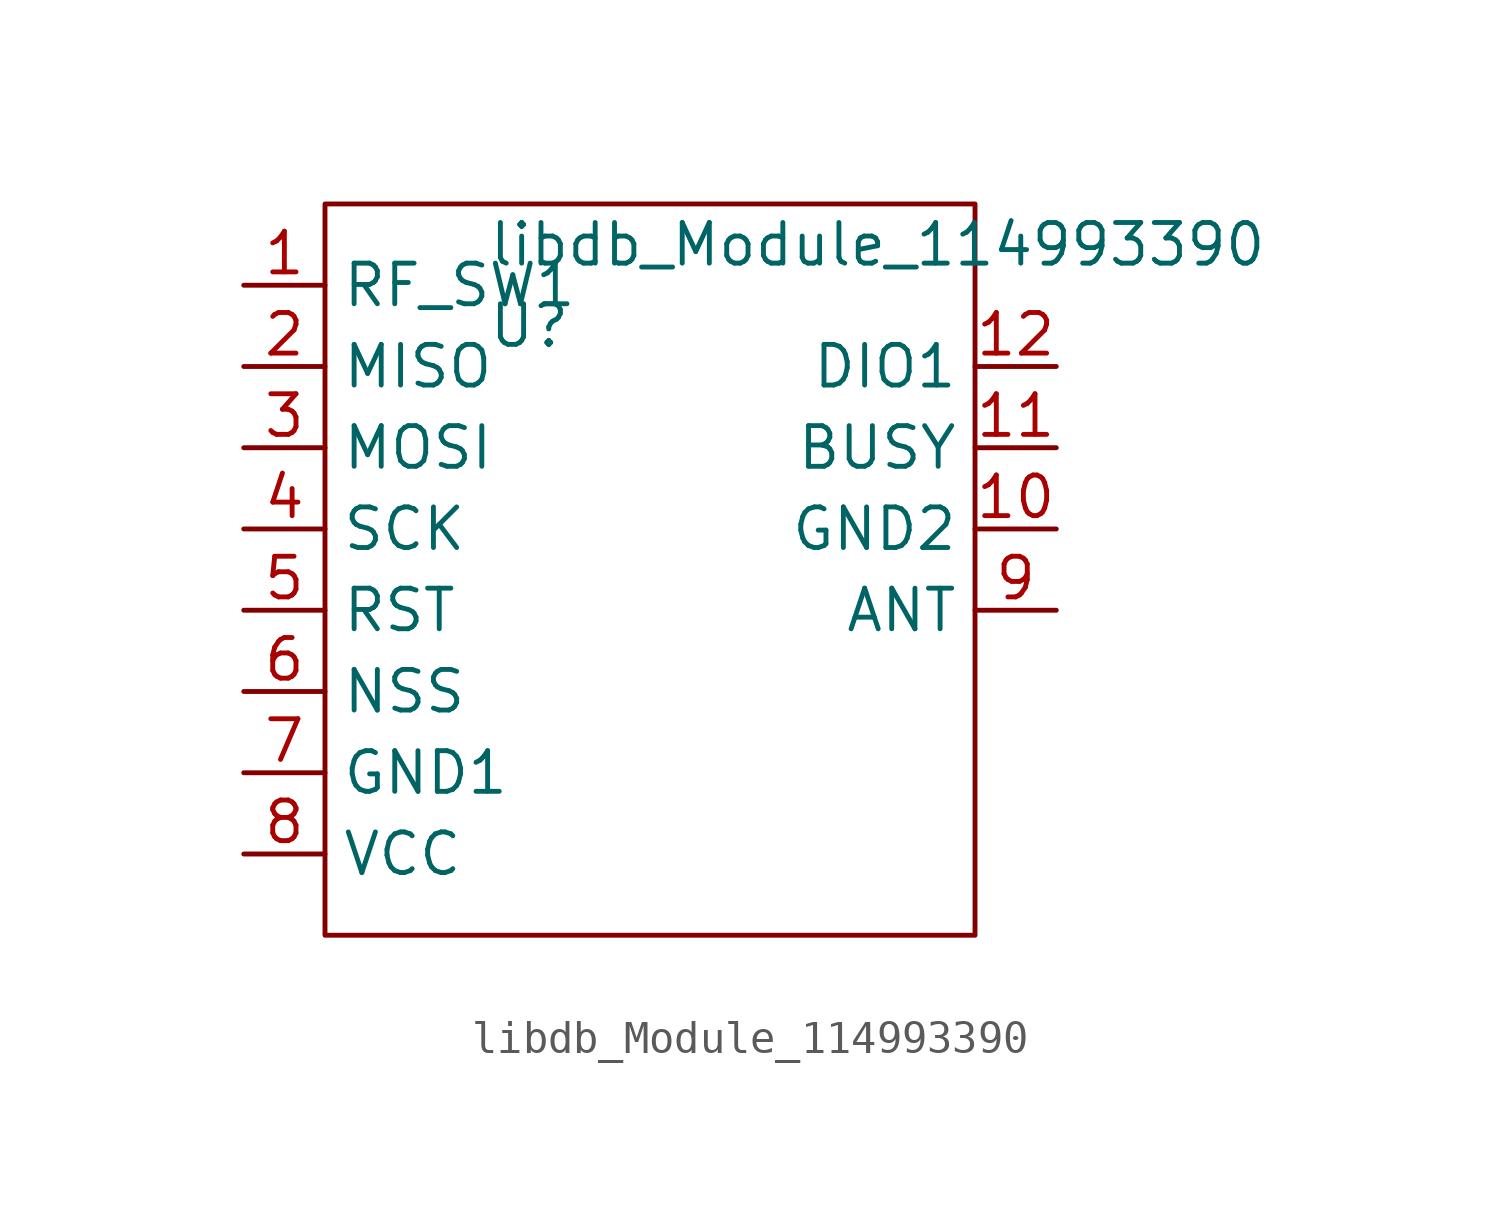
<source format=kicad_sym>
(kicad_symbol_lib
  (version 20220914)
  (generator esym2kicad_pl)
  (symbol "libdb_Module_114993390"
    (property "Reference" "U"
      (at -5.08 6.35 0)
      (effects (justify left)))
    (property "Value" "libdb_Module_114993390"
      (at -5.08 8.89 0)
      (effects (justify left)))
    (symbol "libdb_Module_114993390_1_1"
      (rectangle (start -10.16 -12.7) (end 10.16 10.16) (stroke (type default)) (fill (type none)))
      (pin passive line (at -12.7 7.62 0) (length 2.54) (name "RF_SW1") (number "1"))
      (pin passive line (at 12.7 0 180) (length 2.54) (name "GND2") (number "10"))
      (pin passive line (at 12.7 2.54 180) (length 2.54) (name "BUSY") (number "11"))
      (pin passive line (at 12.7 5.08 180) (length 2.54) (name "DIO1") (number "12"))
      (pin passive line (at -12.7 5.08 0) (length 2.54) (name "MISO") (number "2"))
      (pin passive line (at -12.7 2.54 0) (length 2.54) (name "MOSI") (number "3"))
      (pin passive line (at -12.7 0 0) (length 2.54) (name "SCK") (number "4"))
      (pin passive line (at -12.7 -2.54 0) (length 2.54) (name "RST") (number "5"))
      (pin passive line (at -12.7 -5.08 0) (length 2.54) (name "NSS") (number "6"))
      (pin passive line (at -12.7 -7.62 0) (length 2.54) (name "GND1") (number "7"))
      (pin passive line (at -12.7 -10.16 0) (length 2.54) (name "VCC") (number "8"))
      (pin passive line (at 12.7 -2.54 180) (length 2.54) (name "ANT") (number "9")))))
</source>
